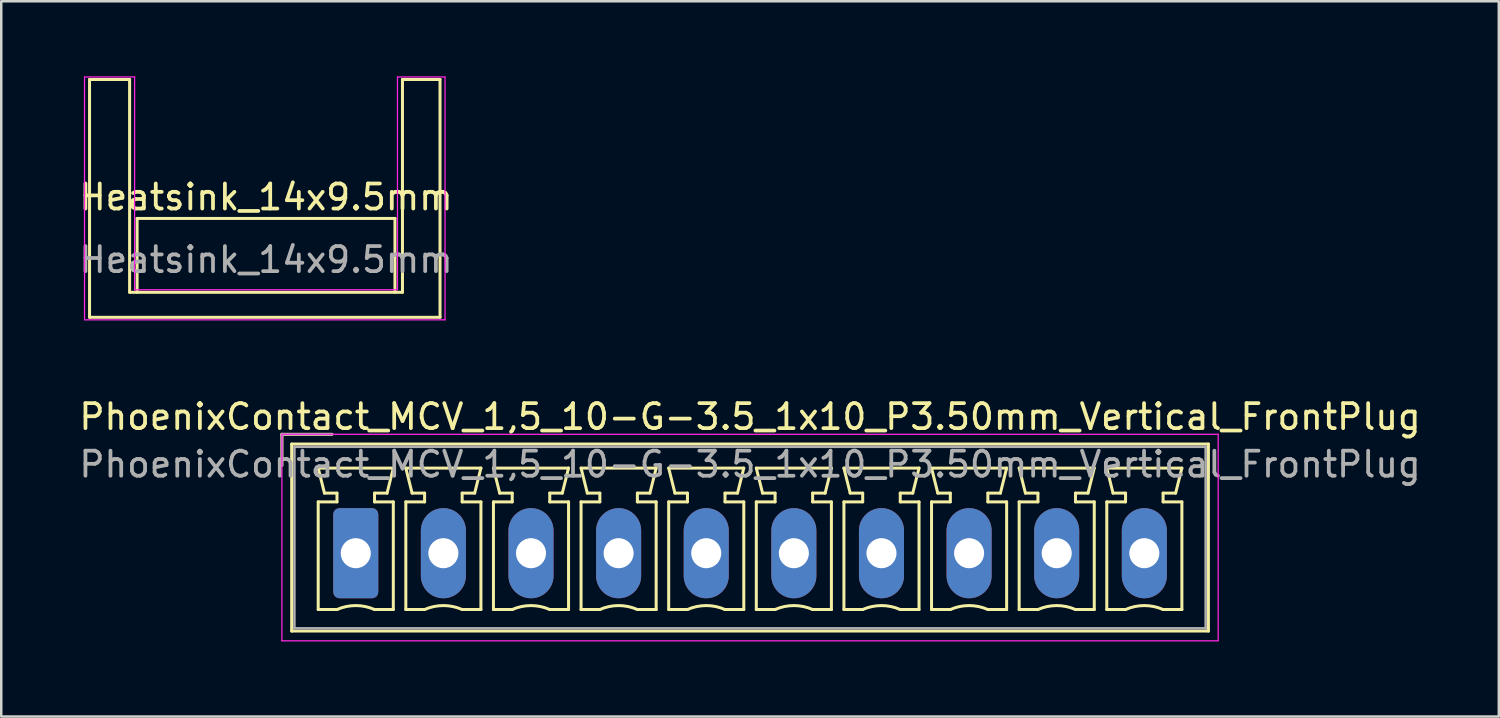
<source format=kicad_pcb>
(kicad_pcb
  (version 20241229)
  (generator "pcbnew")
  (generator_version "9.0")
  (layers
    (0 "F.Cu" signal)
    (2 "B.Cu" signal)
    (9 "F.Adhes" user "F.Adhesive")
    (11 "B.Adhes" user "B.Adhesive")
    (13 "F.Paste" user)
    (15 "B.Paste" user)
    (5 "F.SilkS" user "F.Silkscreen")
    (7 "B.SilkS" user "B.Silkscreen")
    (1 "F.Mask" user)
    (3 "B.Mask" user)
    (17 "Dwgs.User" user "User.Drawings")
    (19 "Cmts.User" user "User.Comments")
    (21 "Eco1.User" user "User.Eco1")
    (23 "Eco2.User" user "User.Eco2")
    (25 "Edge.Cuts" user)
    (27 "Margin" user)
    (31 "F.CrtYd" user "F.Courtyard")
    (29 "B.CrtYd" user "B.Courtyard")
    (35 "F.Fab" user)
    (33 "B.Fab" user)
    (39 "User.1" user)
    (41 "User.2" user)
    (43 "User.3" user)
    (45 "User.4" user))
  (footprint "Heatsink_14x9.5mm"
    (layer "F.Cu")
    (at 7.527 7.225)
    (property "Reference" "Heatsink_14x9.5mm" (at 0.05 -2.4 180) (layer "F.SilkS") (effects (font (size 1 1) (thickness 0.15))))
    (fp_line (start -7 -7.1) (end -7 2.4) (stroke (width 0.12) (type solid)) (layer "F.SilkS"))
    (fp_line (start -7 2.4) (end 7 2.4) (stroke (width 0.12) (type solid)) (layer "F.SilkS"))
    (fp_line (start -5.4 -7.1) (end -7 -7.1) (stroke (width 0.12) (type solid)) (layer "F.SilkS"))
    (fp_line (start -5.4 1.4) (end -5.4 -7.1) (stroke (width 0.12) (type solid)) (layer "F.SilkS"))
    (fp_line (start -5.4 1.4) (end 5.5 1.4) (stroke (width 0.12) (type solid)) (layer "F.SilkS"))
    (fp_line (start -5.1 -1.55) (end -5.1 1.4) (stroke (width 0.12) (type solid)) (layer "F.SilkS"))
    (fp_line (start 5.2 -1.55) (end -5.1 -1.55) (stroke (width 0.12) (type solid)) (layer "F.SilkS"))
    (fp_line (start 5.2 -1.55) (end 5.2 1.4) (stroke (width 0.12) (type solid)) (layer "F.SilkS"))
    (fp_line (start 5.5 -7.1) (end 5.5 1.4) (stroke (width 0.12) (type solid)) (layer "F.SilkS"))
    (fp_line (start 7 -7.1) (end 5.5 -7.1) (stroke (width 0.12) (type solid)) (layer "F.SilkS"))
    (fp_line (start 7 2.4) (end 7 -7.1) (stroke (width 0.12) (type solid)) (layer "F.SilkS"))
    (fp_line (start -7.2 -7.2) (end -7.2 2.5) (stroke (width 0.05) (type solid)) (layer "F.CrtYd"))
    (fp_line (start -7.2 -7.2) (end -5.2 -7.2) (stroke (width 0.05) (type solid)) (layer "F.CrtYd"))
    (fp_line (start -5.2 -7.2) (end -5.2 1.3) (stroke (width 0.05) (type solid)) (layer "F.CrtYd"))
    (fp_line (start -5.2 1.3) (end 5.3 1.3) (stroke (width 0.05) (type solid)) (layer "F.CrtYd"))
    (fp_line (start 5.3 -7.2) (end 5.3 1.3) (stroke (width 0.05) (type solid)) (layer "F.CrtYd"))
    (fp_line (start 7.2 -7.2) (end 5.3 -7.2) (stroke (width 0.05) (type solid)) (layer "F.CrtYd"))
    (fp_line (start 7.2 2.5) (end -7.2 2.5) (stroke (width 0.05) (type solid)) (layer "F.CrtYd"))
    (fp_line (start 7.2 2.5) (end 7.2 -7.2) (stroke (width 0.05) (type solid)) (layer "F.CrtYd"))
    (fp_text user "${REFERENCE}" (at 0.05 0.1 0) (layer "F.Fab") (effects (font (size 1 1) (thickness 0.15)))))
  (footprint "PhoenixContact_MCV_1,5_10-G-3.5_1x10_P3.50mm_Vertical_FrontPlug"
    (layer "F.Cu")
    (at 11.161 19.048)
    (property "Reference" "PhoenixContact_MCV_1,5_10-G-3.5_1x10_P3.50mm_Vertical_FrontPlug" (at 15.75 -5.45 0) (layer "F.SilkS") (effects (font (size 1 1) (thickness 0.15))))
    (attr through_hole)
    (fp_line (start -2.95 -4.75) (end -0.95 -4.75) (stroke (width 0.12) (type solid)) (layer "F.SilkS"))
    (fp_line (start -2.95 -3.5) (end -2.95 -4.75) (stroke (width 0.12) (type solid)) (layer "F.SilkS"))
    (fp_line (start -2.56 -4.36) (end -2.56 3.11) (stroke (width 0.12) (type solid)) (layer "F.SilkS"))
    (fp_line (start -2.56 3.11) (end 34.06 3.11) (stroke (width 0.12) (type solid)) (layer "F.SilkS"))
    (fp_line (start -1.5 -3.4) (end 1.5 -3.4) (stroke (width 0.12) (type solid)) (layer "F.SilkS"))
    (fp_line (start -1.5 -2.05) (end -0.75 -2.05) (stroke (width 0.12) (type solid)) (layer "F.SilkS"))
    (fp_line (start -1.5 2.25) (end -1.5 -2.05) (stroke (width 0.12) (type solid)) (layer "F.SilkS"))
    (fp_line (start -1.25 -2.4) (end -1.5 -3.4) (stroke (width 0.12) (type solid)) (layer "F.SilkS"))
    (fp_line (start -0.75 -2.4) (end -1.25 -2.4) (stroke (width 0.12) (type solid)) (layer "F.SilkS"))
    (fp_line (start -0.75 -2.05) (end -0.75 -2.4) (stroke (width 0.12) (type solid)) (layer "F.SilkS"))
    (fp_line (start -0.75 2.25) (end -1.5 2.25) (stroke (width 0.12) (type solid)) (layer "F.SilkS"))
    (fp_line (start 0.75 -2.4) (end 0.75 -2.05) (stroke (width 0.12) (type solid)) (layer "F.SilkS"))
    (fp_line (start 0.75 -2.05) (end 1.5 -2.05) (stroke (width 0.12) (type solid)) (layer "F.SilkS"))
    (fp_line (start 1.25 -2.4) (end 0.75 -2.4) (stroke (width 0.12) (type solid)) (layer "F.SilkS"))
    (fp_line (start 1.5 -3.4) (end 1.25 -2.4) (stroke (width 0.12) (type solid)) (layer "F.SilkS"))
    (fp_line (start 1.5 -2.05) (end 1.5 2.25) (stroke (width 0.12) (type solid)) (layer "F.SilkS"))
    (fp_line (start 1.5 2.25) (end 0.75 2.25) (stroke (width 0.12) (type solid)) (layer "F.SilkS"))
    (fp_line (start 2 -3.4) (end 5 -3.4) (stroke (width 0.12) (type solid)) (layer "F.SilkS"))
    (fp_line (start 2 -2.05) (end 2.75 -2.05) (stroke (width 0.12) (type solid)) (layer "F.SilkS"))
    (fp_line (start 2 2.25) (end 2 -2.05) (stroke (width 0.12) (type solid)) (layer "F.SilkS"))
    (fp_line (start 2.25 -2.4) (end 2 -3.4) (stroke (width 0.12) (type solid)) (layer "F.SilkS"))
    (fp_line (start 2.75 -2.4) (end 2.25 -2.4) (stroke (width 0.12) (type solid)) (layer "F.SilkS"))
    (fp_line (start 2.75 -2.05) (end 2.75 -2.4) (stroke (width 0.12) (type solid)) (layer "F.SilkS"))
    (fp_line (start 2.75 2.25) (end 2 2.25) (stroke (width 0.12) (type solid)) (layer "F.SilkS"))
    (fp_line (start 4.25 -2.4) (end 4.25 -2.05) (stroke (width 0.12) (type solid)) (layer "F.SilkS"))
    (fp_line (start 4.25 -2.05) (end 5 -2.05) (stroke (width 0.12) (type solid)) (layer "F.SilkS"))
    (fp_line (start 4.75 -2.4) (end 4.25 -2.4) (stroke (width 0.12) (type solid)) (layer "F.SilkS"))
    (fp_line (start 5 -3.4) (end 4.75 -2.4) (stroke (width 0.12) (type solid)) (layer "F.SilkS"))
    (fp_line (start 5 -2.05) (end 5 2.25) (stroke (width 0.12) (type solid)) (layer "F.SilkS"))
    (fp_line (start 5 2.25) (end 4.25 2.25) (stroke (width 0.12) (type solid)) (layer "F.SilkS"))
    (fp_line (start 5.5 -3.4) (end 8.5 -3.4) (stroke (width 0.12) (type solid)) (layer "F.SilkS"))
    (fp_line (start 5.5 -2.05) (end 6.25 -2.05) (stroke (width 0.12) (type solid)) (layer "F.SilkS"))
    (fp_line (start 5.5 2.25) (end 5.5 -2.05) (stroke (width 0.12) (type solid)) (layer "F.SilkS"))
    (fp_line (start 5.75 -2.4) (end 5.5 -3.4) (stroke (width 0.12) (type solid)) (layer "F.SilkS"))
    (fp_line (start 6.25 -2.4) (end 5.75 -2.4) (stroke (width 0.12) (type solid)) (layer "F.SilkS"))
    (fp_line (start 6.25 -2.05) (end 6.25 -2.4) (stroke (width 0.12) (type solid)) (layer "F.SilkS"))
    (fp_line (start 6.25 2.25) (end 5.5 2.25) (stroke (width 0.12) (type solid)) (layer "F.SilkS"))
    (fp_line (start 7.75 -2.4) (end 7.75 -2.05) (stroke (width 0.12) (type solid)) (layer "F.SilkS"))
    (fp_line (start 7.75 -2.05) (end 8.5 -2.05) (stroke (width 0.12) (type solid)) (layer "F.SilkS"))
    (fp_line (start 8.25 -2.4) (end 7.75 -2.4) (stroke (width 0.12) (type solid)) (layer "F.SilkS"))
    (fp_line (start 8.5 -3.4) (end 8.25 -2.4) (stroke (width 0.12) (type solid)) (layer "F.SilkS"))
    (fp_line (start 8.5 -2.05) (end 8.5 2.25) (stroke (width 0.12) (type solid)) (layer "F.SilkS"))
    (fp_line (start 8.5 2.25) (end 7.75 2.25) (stroke (width 0.12) (type solid)) (layer "F.SilkS"))
    (fp_line (start 9 -3.4) (end 12 -3.4) (stroke (width 0.12) (type solid)) (layer "F.SilkS"))
    (fp_line (start 9 -2.05) (end 9.75 -2.05) (stroke (width 0.12) (type solid)) (layer "F.SilkS"))
    (fp_line (start 9 2.25) (end 9 -2.05) (stroke (width 0.12) (type solid)) (layer "F.SilkS"))
    (fp_line (start 9.25 -2.4) (end 9 -3.4) (stroke (width 0.12) (type solid)) (layer "F.SilkS"))
    (fp_line (start 9.75 -2.4) (end 9.25 -2.4) (stroke (width 0.12) (type solid)) (layer "F.SilkS"))
    (fp_line (start 9.75 -2.05) (end 9.75 -2.4) (stroke (width 0.12) (type solid)) (layer "F.SilkS"))
    (fp_line (start 9.75 2.25) (end 9 2.25) (stroke (width 0.12) (type solid)) (layer "F.SilkS"))
    (fp_line (start 11.25 -2.4) (end 11.25 -2.05) (stroke (width 0.12) (type solid)) (layer "F.SilkS"))
    (fp_line (start 11.25 -2.05) (end 12 -2.05) (stroke (width 0.12) (type solid)) (layer "F.SilkS"))
    (fp_line (start 11.75 -2.4) (end 11.25 -2.4) (stroke (width 0.12) (type solid)) (layer "F.SilkS"))
    (fp_line (start 12 -3.4) (end 11.75 -2.4) (stroke (width 0.12) (type solid)) (layer "F.SilkS"))
    (fp_line (start 12 -2.05) (end 12 2.25) (stroke (width 0.12) (type solid)) (layer "F.SilkS"))
    (fp_line (start 12 2.25) (end 11.25 2.25) (stroke (width 0.12) (type solid)) (layer "F.SilkS"))
    (fp_line (start 12.5 -3.4) (end 15.5 -3.4) (stroke (width 0.12) (type solid)) (layer "F.SilkS"))
    (fp_line (start 12.5 -2.05) (end 13.25 -2.05) (stroke (width 0.12) (type solid)) (layer "F.SilkS"))
    (fp_line (start 12.5 2.25) (end 12.5 -2.05) (stroke (width 0.12) (type solid)) (layer "F.SilkS"))
    (fp_line (start 12.75 -2.4) (end 12.5 -3.4) (stroke (width 0.12) (type solid)) (layer "F.SilkS"))
    (fp_line (start 13.25 -2.4) (end 12.75 -2.4) (stroke (width 0.12) (type solid)) (layer "F.SilkS"))
    (fp_line (start 13.25 -2.05) (end 13.25 -2.4) (stroke (width 0.12) (type solid)) (layer "F.SilkS"))
    (fp_line (start 13.25 2.25) (end 12.5 2.25) (stroke (width 0.12) (type solid)) (layer "F.SilkS"))
    (fp_line (start 14.75 -2.4) (end 14.75 -2.05) (stroke (width 0.12) (type solid)) (layer "F.SilkS"))
    (fp_line (start 14.75 -2.05) (end 15.5 -2.05) (stroke (width 0.12) (type solid)) (layer "F.SilkS"))
    (fp_line (start 15.25 -2.4) (end 14.75 -2.4) (stroke (width 0.12) (type solid)) (layer "F.SilkS"))
    (fp_line (start 15.5 -3.4) (end 15.25 -2.4) (stroke (width 0.12) (type solid)) (layer "F.SilkS"))
    (fp_line (start 15.5 -2.05) (end 15.5 2.25) (stroke (width 0.12) (type solid)) (layer "F.SilkS"))
    (fp_line (start 15.5 2.25) (end 14.75 2.25) (stroke (width 0.12) (type solid)) (layer "F.SilkS"))
    (fp_line (start 16 -3.4) (end 19 -3.4) (stroke (width 0.12) (type solid)) (layer "F.SilkS"))
    (fp_line (start 16 -2.05) (end 16.75 -2.05) (stroke (width 0.12) (type solid)) (layer "F.SilkS"))
    (fp_line (start 16 2.25) (end 16 -2.05) (stroke (width 0.12) (type solid)) (layer "F.SilkS"))
    (fp_line (start 16.25 -2.4) (end 16 -3.4) (stroke (width 0.12) (type solid)) (layer "F.SilkS"))
    (fp_line (start 16.75 -2.4) (end 16.25 -2.4) (stroke (width 0.12) (type solid)) (layer "F.SilkS"))
    (fp_line (start 16.75 -2.05) (end 16.75 -2.4) (stroke (width 0.12) (type solid)) (layer "F.SilkS"))
    (fp_line (start 16.75 2.25) (end 16 2.25) (stroke (width 0.12) (type solid)) (layer "F.SilkS"))
    (fp_line (start 18.25 -2.4) (end 18.25 -2.05) (stroke (width 0.12) (type solid)) (layer "F.SilkS"))
    (fp_line (start 18.25 -2.05) (end 19 -2.05) (stroke (width 0.12) (type solid)) (layer "F.SilkS"))
    (fp_line (start 18.75 -2.4) (end 18.25 -2.4) (stroke (width 0.12) (type solid)) (layer "F.SilkS"))
    (fp_line (start 19 -3.4) (end 18.75 -2.4) (stroke (width 0.12) (type solid)) (layer "F.SilkS"))
    (fp_line (start 19 -2.05) (end 19 2.25) (stroke (width 0.12) (type solid)) (layer "F.SilkS"))
    (fp_line (start 19 2.25) (end 18.25 2.25) (stroke (width 0.12) (type solid)) (layer "F.SilkS"))
    (fp_line (start 19.5 -3.4) (end 22.5 -3.4) (stroke (width 0.12) (type solid)) (layer "F.SilkS"))
    (fp_line (start 19.5 -2.05) (end 20.25 -2.05) (stroke (width 0.12) (type solid)) (layer "F.SilkS"))
    (fp_line (start 19.5 2.25) (end 19.5 -2.05) (stroke (width 0.12) (type solid)) (layer "F.SilkS"))
    (fp_line (start 19.75 -2.4) (end 19.5 -3.4) (stroke (width 0.12) (type solid)) (layer "F.SilkS"))
    (fp_line (start 20.25 -2.4) (end 19.75 -2.4) (stroke (width 0.12) (type solid)) (layer "F.SilkS"))
    (fp_line (start 20.25 -2.05) (end 20.25 -2.4) (stroke (width 0.12) (type solid)) (layer "F.SilkS"))
    (fp_line (start 20.25 2.25) (end 19.5 2.25) (stroke (width 0.12) (type solid)) (layer "F.SilkS"))
    (fp_line (start 21.75 -2.4) (end 21.75 -2.05) (stroke (width 0.12) (type solid)) (layer "F.SilkS"))
    (fp_line (start 21.75 -2.05) (end 22.5 -2.05) (stroke (width 0.12) (type solid)) (layer "F.SilkS"))
    (fp_line (start 22.25 -2.4) (end 21.75 -2.4) (stroke (width 0.12) (type solid)) (layer "F.SilkS"))
    (fp_line (start 22.5 -3.4) (end 22.25 -2.4) (stroke (width 0.12) (type solid)) (layer "F.SilkS"))
    (fp_line (start 22.5 -2.05) (end 22.5 2.25) (stroke (width 0.12) (type solid)) (layer "F.SilkS"))
    (fp_line (start 22.5 2.25) (end 21.75 2.25) (stroke (width 0.12) (type solid)) (layer "F.SilkS"))
    (fp_line (start 23 -3.4) (end 26 -3.4) (stroke (width 0.12) (type solid)) (layer "F.SilkS"))
    (fp_line (start 23 -2.05) (end 23.75 -2.05) (stroke (width 0.12) (type solid)) (layer "F.SilkS"))
    (fp_line (start 23 2.25) (end 23 -2.05) (stroke (width 0.12) (type solid)) (layer "F.SilkS"))
    (fp_line (start 23.25 -2.4) (end 23 -3.4) (stroke (width 0.12) (type solid)) (layer "F.SilkS"))
    (fp_line (start 23.75 -2.4) (end 23.25 -2.4) (stroke (width 0.12) (type solid)) (layer "F.SilkS"))
    (fp_line (start 23.75 -2.05) (end 23.75 -2.4) (stroke (width 0.12) (type solid)) (layer "F.SilkS"))
    (fp_line (start 23.75 2.25) (end 23 2.25) (stroke (width 0.12) (type solid)) (layer "F.SilkS"))
    (fp_line (start 25.25 -2.4) (end 25.25 -2.05) (stroke (width 0.12) (type solid)) (layer "F.SilkS"))
    (fp_line (start 25.25 -2.05) (end 26 -2.05) (stroke (width 0.12) (type solid)) (layer "F.SilkS"))
    (fp_line (start 25.75 -2.4) (end 25.25 -2.4) (stroke (width 0.12) (type solid)) (layer "F.SilkS"))
    (fp_line (start 26 -3.4) (end 25.75 -2.4) (stroke (width 0.12) (type solid)) (layer "F.SilkS"))
    (fp_line (start 26 -2.05) (end 26 2.25) (stroke (width 0.12) (type solid)) (layer "F.SilkS"))
    (fp_line (start 26 2.25) (end 25.25 2.25) (stroke (width 0.12) (type solid)) (layer "F.SilkS"))
    (fp_line (start 26.5 -3.4) (end 29.5 -3.4) (stroke (width 0.12) (type solid)) (layer "F.SilkS"))
    (fp_line (start 26.5 -2.05) (end 27.25 -2.05) (stroke (width 0.12) (type solid)) (layer "F.SilkS"))
    (fp_line (start 26.5 2.25) (end 26.5 -2.05) (stroke (width 0.12) (type solid)) (layer "F.SilkS"))
    (fp_line (start 26.75 -2.4) (end 26.5 -3.4) (stroke (width 0.12) (type solid)) (layer "F.SilkS"))
    (fp_line (start 27.25 -2.4) (end 26.75 -2.4) (stroke (width 0.12) (type solid)) (layer "F.SilkS"))
    (fp_line (start 27.25 -2.05) (end 27.25 -2.4) (stroke (width 0.12) (type solid)) (layer "F.SilkS"))
    (fp_line (start 27.25 2.25) (end 26.5 2.25) (stroke (width 0.12) (type solid)) (layer "F.SilkS"))
    (fp_line (start 28.75 -2.4) (end 28.75 -2.05) (stroke (width 0.12) (type solid)) (layer "F.SilkS"))
    (fp_line (start 28.75 -2.05) (end 29.5 -2.05) (stroke (width 0.12) (type solid)) (layer "F.SilkS"))
    (fp_line (start 29.25 -2.4) (end 28.75 -2.4) (stroke (width 0.12) (type solid)) (layer "F.SilkS"))
    (fp_line (start 29.5 -3.4) (end 29.25 -2.4) (stroke (width 0.12) (type solid)) (layer "F.SilkS"))
    (fp_line (start 29.5 -2.05) (end 29.5 2.25) (stroke (width 0.12) (type solid)) (layer "F.SilkS"))
    (fp_line (start 29.5 2.25) (end 28.75 2.25) (stroke (width 0.12) (type solid)) (layer "F.SilkS"))
    (fp_line (start 30 -3.4) (end 33 -3.4) (stroke (width 0.12) (type solid)) (layer "F.SilkS"))
    (fp_line (start 30 -2.05) (end 30.75 -2.05) (stroke (width 0.12) (type solid)) (layer "F.SilkS"))
    (fp_line (start 30 2.25) (end 30 -2.05) (stroke (width 0.12) (type solid)) (layer "F.SilkS"))
    (fp_line (start 30.25 -2.4) (end 30 -3.4) (stroke (width 0.12) (type solid)) (layer "F.SilkS"))
    (fp_line (start 30.75 -2.4) (end 30.25 -2.4) (stroke (width 0.12) (type solid)) (layer "F.SilkS"))
    (fp_line (start 30.75 -2.05) (end 30.75 -2.4) (stroke (width 0.12) (type solid)) (layer "F.SilkS"))
    (fp_line (start 30.75 2.25) (end 30 2.25) (stroke (width 0.12) (type solid)) (layer "F.SilkS"))
    (fp_line (start 32.25 -2.4) (end 32.25 -2.05) (stroke (width 0.12) (type solid)) (layer "F.SilkS"))
    (fp_line (start 32.25 -2.05) (end 33 -2.05) (stroke (width 0.12) (type solid)) (layer "F.SilkS"))
    (fp_line (start 32.75 -2.4) (end 32.25 -2.4) (stroke (width 0.12) (type solid)) (layer "F.SilkS"))
    (fp_line (start 33 -3.4) (end 32.75 -2.4) (stroke (width 0.12) (type solid)) (layer "F.SilkS"))
    (fp_line (start 33 -2.05) (end 33 2.25) (stroke (width 0.12) (type solid)) (layer "F.SilkS"))
    (fp_line (start 33 2.25) (end 32.25 2.25) (stroke (width 0.12) (type solid)) (layer "F.SilkS"))
    (fp_line (start 34.06 -4.36) (end -2.56 -4.36) (stroke (width 0.12) (type solid)) (layer "F.SilkS"))
    (fp_line (start 34.06 3.11) (end 34.06 -4.36) (stroke (width 0.12) (type solid)) (layer "F.SilkS"))
    (fp_arc (start -0.75 2.25) (mid -0.000193 2.09191) (end 0.749647 2.249844) (stroke (width 0.12) (type solid)) (layer "F.SilkS"))
    (fp_arc (start 2.75 2.25) (mid 3.499807 2.09191) (end 4.249647 2.249844) (stroke (width 0.12) (type solid)) (layer "F.SilkS"))
    (fp_arc (start 6.25 2.25) (mid 6.999807 2.09191) (end 7.749647 2.249844) (stroke (width 0.12) (type solid)) (layer "F.SilkS"))
    (fp_arc (start 9.75 2.25) (mid 10.499807 2.09191) (end 11.249647 2.249844) (stroke (width 0.12) (type solid)) (layer "F.SilkS"))
    (fp_arc (start 13.25 2.25) (mid 13.999807 2.09191) (end 14.749647 2.249844) (stroke (width 0.12) (type solid)) (layer "F.SilkS"))
    (fp_arc (start 16.75 2.25) (mid 17.499807 2.09191) (end 18.249647 2.249844) (stroke (width 0.12) (type solid)) (layer "F.SilkS"))
    (fp_arc (start 20.25 2.25) (mid 20.999807 2.09191) (end 21.749647 2.249844) (stroke (width 0.12) (type solid)) (layer "F.SilkS"))
    (fp_arc (start 23.75 2.25) (mid 24.499807 2.09191) (end 25.249647 2.249844) (stroke (width 0.12) (type solid)) (layer "F.SilkS"))
    (fp_arc (start 27.25 2.25) (mid 27.999807 2.09191) (end 28.749647 2.249844) (stroke (width 0.12) (type solid)) (layer "F.SilkS"))
    (fp_arc (start 30.75 2.25) (mid 31.499807 2.09191) (end 32.249647 2.249844) (stroke (width 0.12) (type solid)) (layer "F.SilkS"))
    (fp_line (start -2.95 -4.75) (end -2.95 3.5) (stroke (width 0.05) (type solid)) (layer "F.CrtYd"))
    (fp_line (start -2.95 3.5) (end 34.45 3.5) (stroke (width 0.05) (type solid)) (layer "F.CrtYd"))
    (fp_line (start 34.45 -4.75) (end -2.95 -4.75) (stroke (width 0.05) (type solid)) (layer "F.CrtYd"))
    (fp_line (start 34.45 3.5) (end 34.45 -4.75) (stroke (width 0.05) (type solid)) (layer "F.CrtYd"))
    (fp_line (start -2.95 -4.75) (end -0.95 -4.75) (stroke (width 0.1) (type solid)) (layer "F.Fab"))
    (fp_line (start -2.95 -3.5) (end -2.95 -4.75) (stroke (width 0.1) (type solid)) (layer "F.Fab"))
    (fp_line (start -2.45 -4.25) (end -2.45 3) (stroke (width 0.1) (type solid)) (layer "F.Fab"))
    (fp_line (start -2.45 3) (end 33.95 3) (stroke (width 0.1) (type solid)) (layer "F.Fab"))
    (fp_line (start 33.95 -4.25) (end -2.45 -4.25) (stroke (width 0.1) (type solid)) (layer "F.Fab"))
    (fp_line (start 33.95 3) (end 33.95 -4.25) (stroke (width 0.1) (type solid)) (layer "F.Fab"))
    (fp_text user "${REFERENCE}" (at 15.75 -3.55 0) (layer "F.Fab") (effects (font (size 1 1) (thickness 0.15))))
    (pad "1" thru_hole roundrect (at 0 0) (size 1.8 3.6) (drill 1.2) (layers "*.Cu" "*.Mask") (roundrect_rratio 0.139))
    (pad "2" thru_hole oval (at 3.5 0) (size 1.8 3.6) (drill 1.2) (layers "*.Cu" "*.Mask"))
    (pad "3" thru_hole oval (at 7 0) (size 1.8 3.6) (drill 1.2) (layers "*.Cu" "*.Mask"))
    (pad "4" thru_hole oval (at 10.5 0) (size 1.8 3.6) (drill 1.2) (layers "*.Cu" "*.Mask"))
    (pad "5" thru_hole oval (at 14 0) (size 1.8 3.6) (drill 1.2) (layers "*.Cu" "*.Mask"))
    (pad "6" thru_hole oval (at 17.5 0) (size 1.8 3.6) (drill 1.2) (layers "*.Cu" "*.Mask"))
    (pad "7" thru_hole oval (at 21 0) (size 1.8 3.6) (drill 1.2) (layers "*.Cu" "*.Mask"))
    (pad "8" thru_hole oval (at 24.5 0) (size 1.8 3.6) (drill 1.2) (layers "*.Cu" "*.Mask"))
    (pad "9" thru_hole oval (at 28 0) (size 1.8 3.6) (drill 1.2) (layers "*.Cu" "*.Mask"))
    (pad "10" thru_hole oval (at 31.5 0) (size 1.8 3.6) (drill 1.2) (layers "*.Cu" "*.Mask")))
  (gr_rect
    (start -3 -3)
    (end 56.821 25.573)
    (stroke (width 0.1) (type default))
    (fill no)
    (layer "Edge.Cuts")))
</source>
